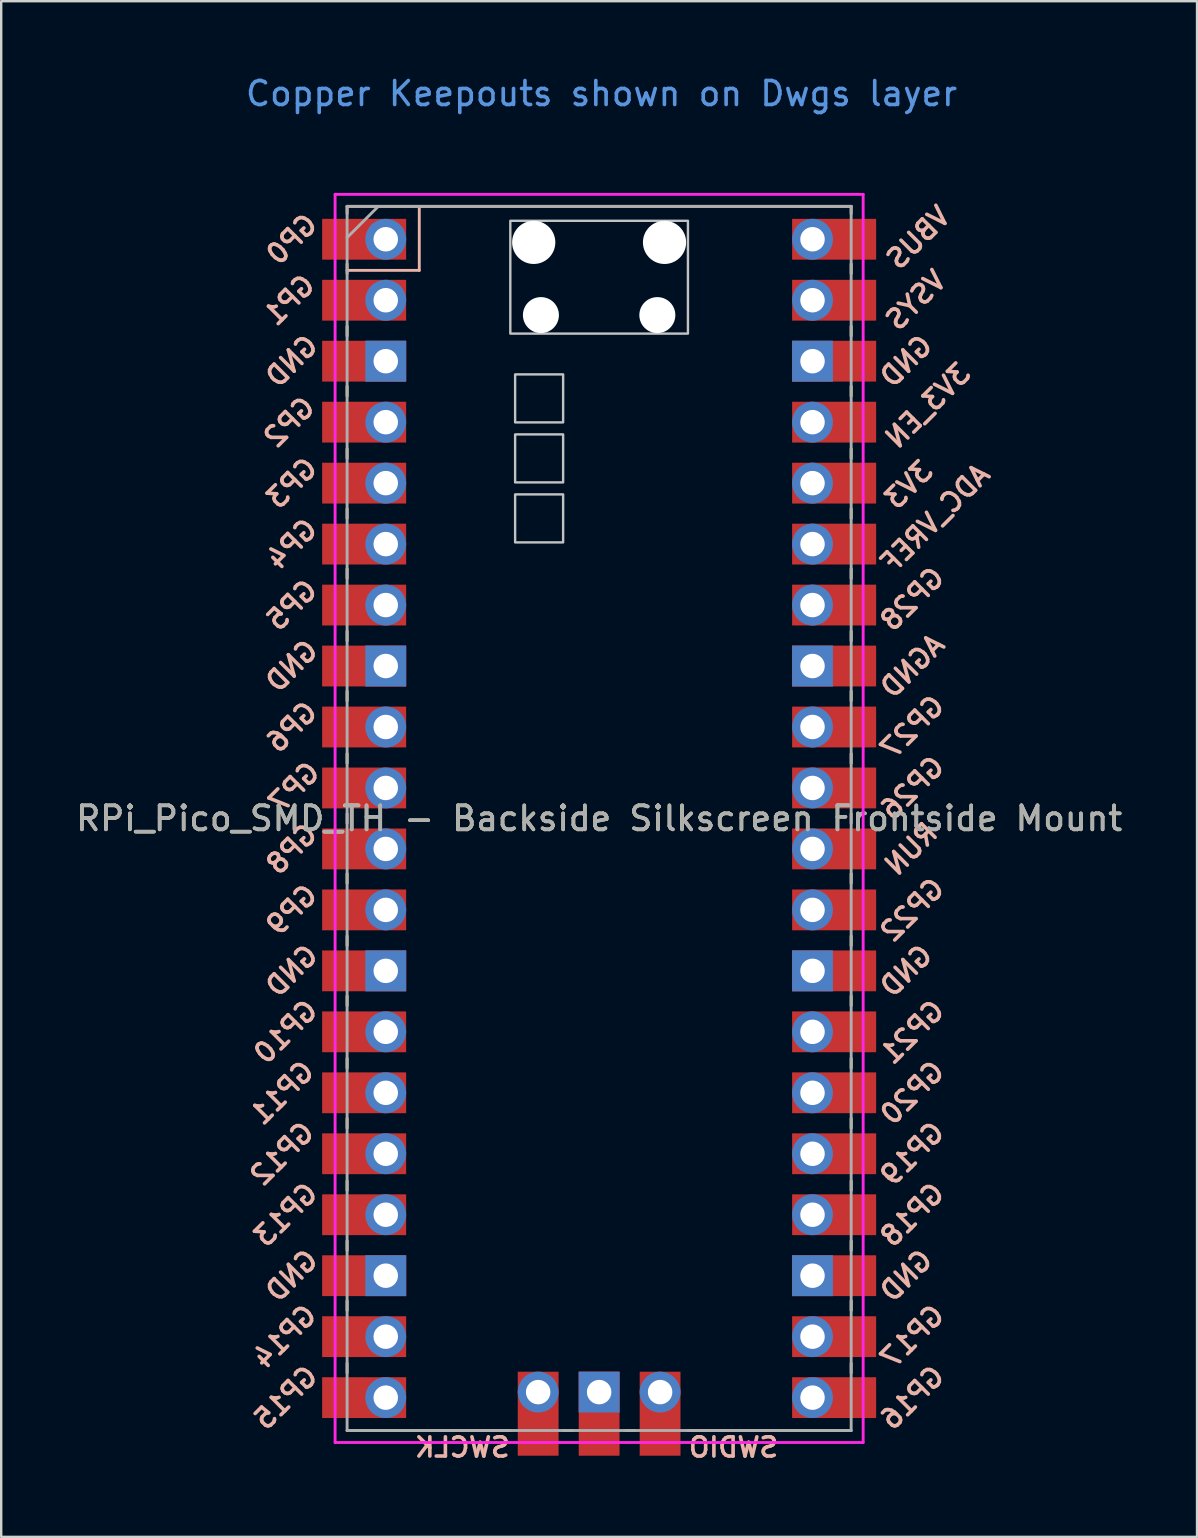
<source format=kicad_pcb>
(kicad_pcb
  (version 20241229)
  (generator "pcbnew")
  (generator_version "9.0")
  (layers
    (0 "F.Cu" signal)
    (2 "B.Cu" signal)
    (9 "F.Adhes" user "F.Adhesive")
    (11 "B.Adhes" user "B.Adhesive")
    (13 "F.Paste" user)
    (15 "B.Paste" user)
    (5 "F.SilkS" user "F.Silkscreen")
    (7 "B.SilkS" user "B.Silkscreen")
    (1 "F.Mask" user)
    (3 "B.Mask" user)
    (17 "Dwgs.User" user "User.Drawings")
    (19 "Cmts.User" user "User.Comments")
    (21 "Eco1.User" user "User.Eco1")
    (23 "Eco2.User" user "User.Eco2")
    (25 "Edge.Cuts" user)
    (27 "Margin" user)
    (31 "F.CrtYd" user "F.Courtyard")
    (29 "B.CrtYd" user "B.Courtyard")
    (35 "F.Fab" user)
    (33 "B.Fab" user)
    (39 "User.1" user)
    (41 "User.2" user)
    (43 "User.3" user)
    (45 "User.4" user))
  (footprint "RPi_Pico_SMD_TH - Backside Silkscreen Frontside Mount"
    (layer "F.Cu")
    (at 21.911 31.048)
    (property "Reference" "RPi_Pico_SMD_TH - Backside Silkscreen Frontside Mount" (at 0 0 0) (layer "F.SilkS") (effects (font (size 1 1) (thickness 0.15))))
    (attr through_hole)
    (fp_line (start -10.5 -20.5) (end -10.5 -20.1) (stroke (width 0.12) (type solid)) (layer "F.SilkS"))
    (fp_line (start -10.5 -18) (end -10.5 -17.6) (stroke (width 0.12) (type solid)) (layer "F.SilkS"))
    (fp_line (start -10.5 -15.4) (end -10.5 -15) (stroke (width 0.12) (type solid)) (layer "F.SilkS"))
    (fp_line (start -10.5 -12.9) (end -10.5 -12.5) (stroke (width 0.12) (type solid)) (layer "F.SilkS"))
    (fp_line (start -10.5 -10.4) (end -10.5 -10) (stroke (width 0.12) (type solid)) (layer "F.SilkS"))
    (fp_line (start -10.5 -7.8) (end -10.5 -7.4) (stroke (width 0.12) (type solid)) (layer "F.SilkS"))
    (fp_line (start -10.5 -5.3) (end -10.5 -4.9) (stroke (width 0.12) (type solid)) (layer "F.SilkS"))
    (fp_line (start -10.5 -2.7) (end -10.5 -2.3) (stroke (width 0.12) (type solid)) (layer "F.SilkS"))
    (fp_line (start -10.5 2.3) (end -10.5 2.7) (stroke (width 0.12) (type solid)) (layer "F.SilkS"))
    (fp_line (start -10.5 4.9) (end -10.5 5.3) (stroke (width 0.12) (type solid)) (layer "F.SilkS"))
    (fp_line (start -10.5 7.4) (end -10.5 7.8) (stroke (width 0.12) (type solid)) (layer "F.SilkS"))
    (fp_line (start -10.5 10) (end -10.5 10.4) (stroke (width 0.12) (type solid)) (layer "F.SilkS"))
    (fp_line (start -10.5 12.5) (end -10.5 12.9) (stroke (width 0.12) (type solid)) (layer "F.SilkS"))
    (fp_line (start -10.5 15.1) (end -10.5 15.5) (stroke (width 0.12) (type solid)) (layer "F.SilkS"))
    (fp_line (start -10.5 17.6) (end -10.5 18) (stroke (width 0.12) (type solid)) (layer "F.SilkS"))
    (fp_line (start -10.5 20.1) (end -10.5 20.5) (stroke (width 0.12) (type solid)) (layer "F.SilkS"))
    (fp_line (start 10.5 -23.1) (end 10.5 -22.7) (stroke (width 0.12) (type solid)) (layer "F.SilkS"))
    (fp_line (start 10.5 -20.5) (end 10.5 -20.1) (stroke (width 0.12) (type solid)) (layer "F.SilkS"))
    (fp_line (start 10.5 -18) (end 10.5 -17.6) (stroke (width 0.12) (type solid)) (layer "F.SilkS"))
    (fp_line (start 10.5 -15.4) (end 10.5 -15) (stroke (width 0.12) (type solid)) (layer "F.SilkS"))
    (fp_line (start 10.5 -12.9) (end 10.5 -12.5) (stroke (width 0.12) (type solid)) (layer "F.SilkS"))
    (fp_line (start 10.5 -10.4) (end 10.5 -10) (stroke (width 0.12) (type solid)) (layer "F.SilkS"))
    (fp_line (start 10.5 -7.8) (end 10.5 -7.4) (stroke (width 0.12) (type solid)) (layer "F.SilkS"))
    (fp_line (start 10.5 -5.3) (end 10.5 -4.9) (stroke (width 0.12) (type solid)) (layer "F.SilkS"))
    (fp_line (start 10.5 -2.7) (end 10.5 -2.3) (stroke (width 0.12) (type solid)) (layer "F.SilkS"))
    (fp_line (start 10.5 2.3) (end 10.5 2.7) (stroke (width 0.12) (type solid)) (layer "F.SilkS"))
    (fp_line (start 10.5 4.9) (end 10.5 5.3) (stroke (width 0.12) (type solid)) (layer "F.SilkS"))
    (fp_line (start 10.5 7.4) (end 10.5 7.8) (stroke (width 0.12) (type solid)) (layer "F.SilkS"))
    (fp_line (start 10.5 10) (end 10.5 10.4) (stroke (width 0.12) (type solid)) (layer "F.SilkS"))
    (fp_line (start 10.5 12.5) (end 10.5 12.9) (stroke (width 0.12) (type solid)) (layer "F.SilkS"))
    (fp_line (start 10.5 15.1) (end 10.5 15.5) (stroke (width 0.12) (type solid)) (layer "F.SilkS"))
    (fp_line (start 10.5 17.6) (end 10.5 18) (stroke (width 0.12) (type solid)) (layer "F.SilkS"))
    (fp_line (start 10.5 20.1) (end 10.5 20.5) (stroke (width 0.12) (type solid)) (layer "F.SilkS"))
    (fp_line (start -10.5 -25.5) (end -10.5 -25.2) (stroke (width 0.12) (type solid)) (layer "B.SilkS"))
    (fp_line (start -10.5 -25.5) (end 10.5 -25.5) (stroke (width 0.12) (type solid)) (layer "B.SilkS"))
    (fp_line (start -10.5 -23.1) (end -10.5 -22.7) (stroke (width 0.12) (type solid)) (layer "B.SilkS"))
    (fp_line (start -10.5 -22.833) (end -7.493 -22.833) (stroke (width 0.12) (type solid)) (layer "B.SilkS"))
    (fp_line (start -10.5 -0.2) (end -10.5 0.2) (stroke (width 0.12) (type solid)) (layer "B.SilkS"))
    (fp_line (start -10.5 22.7) (end -10.5 23.1) (stroke (width 0.12) (type solid)) (layer "B.SilkS"))
    (fp_line (start -7.493 -22.833) (end -7.493 -25.5) (stroke (width 0.12) (type solid)) (layer "B.SilkS"))
    (fp_line (start -3.7 25.5) (end -10.5 25.5) (stroke (width 0.12) (type solid)) (layer "B.SilkS"))
    (fp_line (start -1.5 25.5) (end -1.1 25.5) (stroke (width 0.12) (type solid)) (layer "B.SilkS"))
    (fp_line (start 1.1 25.5) (end 1.5 25.5) (stroke (width 0.12) (type solid)) (layer "B.SilkS"))
    (fp_line (start 10.5 -25.5) (end 10.5 -25.2) (stroke (width 0.12) (type solid)) (layer "B.SilkS"))
    (fp_line (start 10.5 -0.2) (end 10.5 0.2) (stroke (width 0.12) (type solid)) (layer "B.SilkS"))
    (fp_line (start 10.5 22.7) (end 10.5 23.1) (stroke (width 0.12) (type solid)) (layer "B.SilkS"))
    (fp_line (start 10.5 25.5) (end 3.7 25.5) (stroke (width 0.12) (type solid)) (layer "B.SilkS"))
    (fp_poly (pts (xy -1.5 -16.5) (xy -3.5 -16.5) (xy -3.5 -18.5) (xy -1.5 -18.5)) (stroke (width 0.1) (type solid)) (fill no) (layer "Dwgs.User"))
    (fp_poly (pts (xy -1.5 -14) (xy -3.5 -14) (xy -3.5 -16) (xy -1.5 -16)) (stroke (width 0.1) (type solid)) (fill no) (layer "Dwgs.User"))
    (fp_poly (pts (xy -1.5 -11.5) (xy -3.5 -11.5) (xy -3.5 -13.5) (xy -1.5 -13.5)) (stroke (width 0.1) (type solid)) (fill no) (layer "Dwgs.User"))
    (fp_poly (pts (xy 3.7 -20.2) (xy -3.7 -20.2) (xy -3.7 -24.9) (xy 3.7 -24.9)) (stroke (width 0.1) (type solid)) (fill no) (layer "Dwgs.User"))
    (fp_line (start -11 -26) (end 11 -26) (stroke (width 0.12) (type solid)) (layer "F.CrtYd"))
    (fp_line (start -11 26) (end -11 -26) (stroke (width 0.12) (type solid)) (layer "F.CrtYd"))
    (fp_line (start 11 -26) (end 11 26) (stroke (width 0.12) (type solid)) (layer "F.CrtYd"))
    (fp_line (start 11 26) (end -11 26) (stroke (width 0.12) (type solid)) (layer "F.CrtYd"))
    (fp_line (start -10.5 -25.5) (end 10.5 -25.5) (stroke (width 0.12) (type solid)) (layer "F.Fab"))
    (fp_line (start -10.5 -24.2) (end -9.2 -25.5) (stroke (width 0.12) (type solid)) (layer "F.Fab"))
    (fp_line (start -10.5 25.5) (end -10.5 -25.5) (stroke (width 0.12) (type solid)) (layer "F.Fab"))
    (fp_line (start 10.5 -25.5) (end 10.5 25.5) (stroke (width 0.12) (type solid)) (layer "F.Fab"))
    (fp_line (start 10.5 25.5) (end -10.5 25.5) (stroke (width 0.12) (type solid)) (layer "F.Fab"))
    (fp_text user "GP0" (at -12.8 -24.13 45) (layer "B.SilkS") (effects (font (size 0.8 0.8) (thickness 0.15)) (justify mirror)))
    (fp_text user "GP2" (at -12.9 -16.51 45) (layer "B.SilkS") (effects (font (size 0.8 0.8) (thickness 0.15)) (justify mirror)))
    (fp_text user "GP17" (at 13.054 21.59 45) (layer "B.SilkS") (effects (font (size 0.8 0.8) (thickness 0.15)) (justify mirror)))
    (fp_text user "3V3" (at 12.9 -13.9 45) (layer "B.SilkS") (effects (font (size 0.8 0.8) (thickness 0.15)) (justify mirror)))
    (fp_text user "GP5" (at -12.8 -8.89 45) (layer "B.SilkS") (effects (font (size 0.8 0.8) (thickness 0.15)) (justify mirror)))
    (fp_text user "GP28" (at 13.054 -9.144 45) (layer "B.SilkS") (effects (font (size 0.8 0.8) (thickness 0.15)) (justify mirror)))
    (fp_text user "GP16" (at 13.054 24.13 45) (layer "B.SilkS") (effects (font (size 0.8 0.8) (thickness 0.15)) (justify mirror)))
    (fp_text user "GP19" (at 13.054 13.97 45) (layer "B.SilkS") (effects (font (size 0.8 0.8) (thickness 0.15)) (justify mirror)))
    (fp_text user "GP15" (at -13.054 24.13 45) (layer "B.SilkS") (effects (font (size 0.8 0.8) (thickness 0.15)) (justify mirror)))
    (fp_text user "GP11" (at -13.2 11.43 45) (layer "B.SilkS") (effects (font (size 0.8 0.8) (thickness 0.15)) (justify mirror)))
    (fp_text user "GP10" (at -13.054 8.89 45) (layer "B.SilkS") (effects (font (size 0.8 0.8) (thickness 0.15)) (justify mirror)))
    (fp_text user "GP3" (at -12.8 -13.97 45) (layer "B.SilkS") (effects (font (size 0.8 0.8) (thickness 0.15)) (justify mirror)))
    (fp_text user "VBUS" (at 13.3 -24.2 45) (layer "B.SilkS") (effects (font (size 0.8 0.8) (thickness 0.15)) (justify mirror)))
    (fp_text user "ADC_VREF" (at 14 -12.5 45) (layer "B.SilkS") (effects (font (size 0.8 0.8) (thickness 0.15)) (justify mirror)))
    (fp_text user "GND" (at -12.8 -19.05 45) (layer "B.SilkS") (effects (font (size 0.8 0.8) (thickness 0.15)) (justify mirror)))
    (fp_text user "GP22" (at 13.054 3.81 45) (layer "B.SilkS") (effects (font (size 0.8 0.8) (thickness 0.15)) (justify mirror)))
    (fp_text user "GP18" (at 13.054 16.51 45) (layer "B.SilkS") (effects (font (size 0.8 0.8) (thickness 0.15)) (justify mirror)))
    (fp_text user "AGND" (at 13.054 -6.35 45) (layer "B.SilkS") (effects (font (size 0.8 0.8) (thickness 0.15)) (justify mirror)))
    (fp_text user "GP20" (at 13.054 11.43 45) (layer "B.SilkS") (effects (font (size 0.8 0.8) (thickness 0.15)) (justify mirror)))
    (fp_text user "GND" (at -12.8 -6.35 45) (layer "B.SilkS") (effects (font (size 0.8 0.8) (thickness 0.15)) (justify mirror)))
    (fp_text user "GND" (at 12.8 6.35 45) (layer "B.SilkS") (effects (font (size 0.8 0.8) (thickness 0.15)) (justify mirror)))
    (fp_text user "GP7" (at -12.7 -1.3 45) (layer "B.SilkS") (effects (font (size 0.8 0.8) (thickness 0.15)) (justify mirror)))
    (fp_text user "GP1" (at -12.9 -21.6 45) (layer "B.SilkS") (effects (font (size 0.8 0.8) (thickness 0.15)) (justify mirror)))
    (fp_text user "GND" (at -12.8 19.05 45) (layer "B.SilkS") (effects (font (size 0.8 0.8) (thickness 0.15)) (justify mirror)))
    (fp_text user "GP14" (at -13.1 21.59 45) (layer "B.SilkS") (effects (font (size 0.8 0.8) (thickness 0.15)) (justify mirror)))
    (fp_text user "GP4" (at -12.8 -11.43 45) (layer "B.SilkS") (effects (font (size 0.8 0.8) (thickness 0.15)) (justify mirror)))
    (fp_text user "GP21" (at 13.054 8.9 45) (layer "B.SilkS") (effects (font (size 0.8 0.8) (thickness 0.15)) (justify mirror)))
    (fp_text user "GP6" (at -12.8 -3.81 45) (layer "B.SilkS") (effects (font (size 0.8 0.8) (thickness 0.15)) (justify mirror)))
    (fp_text user "GP12" (at -13.2 13.97 45) (layer "B.SilkS") (effects (font (size 0.8 0.8) (thickness 0.15)) (justify mirror)))
    (fp_text user "GND" (at 12.8 19.05 45) (layer "B.SilkS") (effects (font (size 0.8 0.8) (thickness 0.15)) (justify mirror)))
    (fp_text user "RUN" (at 13 1.27 45) (layer "B.SilkS") (effects (font (size 0.8 0.8) (thickness 0.15)) (justify mirror)))
    (fp_text user "GND" (at -12.8 6.35 45) (layer "B.SilkS") (effects (font (size 0.8 0.8) (thickness 0.15)) (justify mirror)))
    (fp_text user "GP13" (at -13.054 16.51 45) (layer "B.SilkS") (effects (font (size 0.8 0.8) (thickness 0.15)) (justify mirror)))
    (fp_text user "GP8" (at -12.8 1.27 45) (layer "B.SilkS") (effects (font (size 0.8 0.8) (thickness 0.15)) (justify mirror)))
    (fp_text user "SWDIO" (at 5.6 26.2 0) (layer "B.SilkS") (effects (font (size 0.8 0.8) (thickness 0.15)) (justify mirror)))
    (fp_text user "GP26" (at 13.054 -1.27 45) (layer "B.SilkS") (effects (font (size 0.8 0.8) (thickness 0.15)) (justify mirror)))
    (fp_text user "GP9" (at -12.8 3.81 45) (layer "B.SilkS") (effects (font (size 0.8 0.8) (thickness 0.15)) (justify mirror)))
    (fp_text user "3V3_EN" (at 13.7 -17.2 45) (layer "B.SilkS") (effects (font (size 0.8 0.8) (thickness 0.15)) (justify mirror)))
    (fp_text user "SWCLK" (at -5.7 26.2 0) (layer "B.SilkS") (effects (font (size 0.8 0.8) (thickness 0.15)) (justify mirror)))
    (fp_text user "VSYS" (at 13.2 -21.59 45) (layer "B.SilkS") (effects (font (size 0.8 0.8) (thickness 0.15)) (justify mirror)))
    (fp_text user "GND" (at 12.8 -19.05 45) (layer "B.SilkS") (effects (font (size 0.8 0.8) (thickness 0.15)) (justify mirror)))
    (fp_text user "GP27" (at 13.054 -3.8 45) (layer "B.SilkS") (effects (font (size 0.8 0.8) (thickness 0.15)) (justify mirror)))
    (fp_text user "Copper Keepouts shown on Dwgs layer" (at 0.1 -30.2 0) (layer "Cmts.User") (effects (font (size 1 1) (thickness 0.15))))
    (fp_text user "${REFERENCE}" (at 0 0 180) (layer "F.Fab") (effects (font (size 1 1) (thickness 0.15))))
    (pad "" np_thru_hole oval (at -2.725 -24) (size 1.8 1.8) (drill 1.8) (layers "*.Cu" "*.Mask"))
    (pad "" np_thru_hole oval (at -2.425 -20.97) (size 1.5 1.5) (drill 1.5) (layers "*.Cu" "*.Mask"))
    (pad "" np_thru_hole oval (at 2.425 -20.97) (size 1.5 1.5) (drill 1.5) (layers "*.Cu" "*.Mask"))
    (pad "" np_thru_hole oval (at 2.725 -24) (size 1.8 1.8) (drill 1.8) (layers "*.Cu" "*.Mask"))
    (pad "1" thru_hole oval (at -8.89 -24.13) (size 1.7 1.7) (drill 1.02) (layers "*.Cu" "*.Mask"))
    (pad "1" smd rect (at -8.89 -24.13) (size 3.5 1.7) (drill (offset -0.9 0)) (layers "F.Cu" "F.Mask"))
    (pad "2" thru_hole oval (at -8.89 -21.59) (size 1.7 1.7) (drill 1.02) (layers "*.Cu" "*.Mask"))
    (pad "2" smd rect (at -8.89 -21.59) (size 3.5 1.7) (drill (offset -0.9 0)) (layers "F.Cu" "F.Mask"))
    (pad "3" thru_hole rect (at -8.89 -19.05) (size 1.7 1.7) (drill 1.02) (layers "*.Cu" "*.Mask"))
    (pad "3" smd rect (at -8.89 -19.05) (size 3.5 1.7) (drill (offset -0.9 0)) (layers "F.Cu" "F.Mask"))
    (pad "4" thru_hole oval (at -8.89 -16.51) (size 1.7 1.7) (drill 1.02) (layers "*.Cu" "*.Mask"))
    (pad "4" smd rect (at -8.89 -16.51) (size 3.5 1.7) (drill (offset -0.9 0)) (layers "F.Cu" "F.Mask"))
    (pad "5" thru_hole oval (at -8.89 -13.97) (size 1.7 1.7) (drill 1.02) (layers "*.Cu" "*.Mask"))
    (pad "5" smd rect (at -8.89 -13.97) (size 3.5 1.7) (drill (offset -0.9 0)) (layers "F.Cu" "F.Mask"))
    (pad "6" thru_hole oval (at -8.89 -11.43) (size 1.7 1.7) (drill 1.02) (layers "*.Cu" "*.Mask"))
    (pad "6" smd rect (at -8.89 -11.43) (size 3.5 1.7) (drill (offset -0.9 0)) (layers "F.Cu" "F.Mask"))
    (pad "7" thru_hole oval (at -8.89 -8.89) (size 1.7 1.7) (drill 1.02) (layers "*.Cu" "*.Mask"))
    (pad "7" smd rect (at -8.89 -8.89) (size 3.5 1.7) (drill (offset -0.9 0)) (layers "F.Cu" "F.Mask"))
    (pad "8" thru_hole rect (at -8.89 -6.35) (size 1.7 1.7) (drill 1.02) (layers "*.Cu" "*.Mask"))
    (pad "8" smd rect (at -8.89 -6.35) (size 3.5 1.7) (drill (offset -0.9 0)) (layers "F.Cu" "F.Mask"))
    (pad "9" thru_hole oval (at -8.89 -3.81) (size 1.7 1.7) (drill 1.02) (layers "*.Cu" "*.Mask"))
    (pad "9" smd rect (at -8.89 -3.81) (size 3.5 1.7) (drill (offset -0.9 0)) (layers "F.Cu" "F.Mask"))
    (pad "10" thru_hole oval (at -8.89 -1.27) (size 1.7 1.7) (drill 1.02) (layers "*.Cu" "*.Mask"))
    (pad "10" smd rect (at -8.89 -1.27) (size 3.5 1.7) (drill (offset -0.9 0)) (layers "F.Cu" "F.Mask"))
    (pad "11" thru_hole oval (at -8.89 1.27) (size 1.7 1.7) (drill 1.02) (layers "*.Cu" "*.Mask"))
    (pad "11" smd rect (at -8.89 1.27) (size 3.5 1.7) (drill (offset -0.9 0)) (layers "F.Cu" "F.Mask"))
    (pad "12" thru_hole oval (at -8.89 3.81) (size 1.7 1.7) (drill 1.02) (layers "*.Cu" "*.Mask"))
    (pad "12" smd rect (at -8.89 3.81) (size 3.5 1.7) (drill (offset -0.9 0)) (layers "F.Cu" "F.Mask"))
    (pad "13" thru_hole rect (at -8.89 6.35) (size 1.7 1.7) (drill 1.02) (layers "*.Cu" "*.Mask"))
    (pad "13" smd rect (at -8.89 6.35) (size 3.5 1.7) (drill (offset -0.9 0)) (layers "F.Cu" "F.Mask"))
    (pad "14" thru_hole oval (at -8.89 8.89) (size 1.7 1.7) (drill 1.02) (layers "*.Cu" "*.Mask"))
    (pad "14" smd rect (at -8.89 8.89) (size 3.5 1.7) (drill (offset -0.9 0)) (layers "F.Cu" "F.Mask"))
    (pad "15" thru_hole oval (at -8.89 11.43) (size 1.7 1.7) (drill 1.02) (layers "*.Cu" "*.Mask"))
    (pad "15" smd rect (at -8.89 11.43) (size 3.5 1.7) (drill (offset -0.9 0)) (layers "F.Cu" "F.Mask"))
    (pad "16" thru_hole oval (at -8.89 13.97) (size 1.7 1.7) (drill 1.02) (layers "*.Cu" "*.Mask"))
    (pad "16" smd rect (at -8.89 13.97) (size 3.5 1.7) (drill (offset -0.9 0)) (layers "F.Cu" "F.Mask"))
    (pad "17" thru_hole oval (at -8.89 16.51) (size 1.7 1.7) (drill 1.02) (layers "*.Cu" "*.Mask"))
    (pad "17" smd rect (at -8.89 16.51) (size 3.5 1.7) (drill (offset -0.9 0)) (layers "F.Cu" "F.Mask"))
    (pad "18" thru_hole rect (at -8.89 19.05) (size 1.7 1.7) (drill 1.02) (layers "*.Cu" "*.Mask"))
    (pad "18" smd rect (at -8.89 19.05) (size 3.5 1.7) (drill (offset -0.9 0)) (layers "F.Cu" "F.Mask"))
    (pad "19" thru_hole oval (at -8.89 21.59) (size 1.7 1.7) (drill 1.02) (layers "*.Cu" "*.Mask"))
    (pad "19" smd rect (at -8.89 21.59) (size 3.5 1.7) (drill (offset -0.9 0)) (layers "F.Cu" "F.Mask"))
    (pad "20" thru_hole oval (at -8.89 24.13) (size 1.7 1.7) (drill 1.02) (layers "*.Cu" "*.Mask"))
    (pad "20" smd rect (at -8.89 24.13) (size 3.5 1.7) (drill (offset -0.9 0)) (layers "F.Cu" "F.Mask"))
    (pad "21" thru_hole oval (at 8.89 24.13) (size 1.7 1.7) (drill 1.02) (layers "*.Cu" "*.Mask"))
    (pad "21" smd rect (at 8.89 24.13) (size 3.5 1.7) (drill (offset 0.9 0)) (layers "F.Cu" "F.Mask"))
    (pad "22" thru_hole oval (at 8.89 21.59) (size 1.7 1.7) (drill 1.02) (layers "*.Cu" "*.Mask"))
    (pad "22" smd rect (at 8.89 21.59) (size 3.5 1.7) (drill (offset 0.9 0)) (layers "F.Cu" "F.Mask"))
    (pad "23" thru_hole rect (at 8.89 19.05) (size 1.7 1.7) (drill 1.02) (layers "*.Cu" "*.Mask"))
    (pad "23" smd rect (at 8.89 19.05) (size 3.5 1.7) (drill (offset 0.9 0)) (layers "F.Cu" "F.Mask"))
    (pad "24" thru_hole oval (at 8.89 16.51) (size 1.7 1.7) (drill 1.02) (layers "*.Cu" "*.Mask"))
    (pad "24" smd rect (at 8.89 16.51) (size 3.5 1.7) (drill (offset 0.9 0)) (layers "F.Cu" "F.Mask"))
    (pad "25" thru_hole oval (at 8.89 13.97) (size 1.7 1.7) (drill 1.02) (layers "*.Cu" "*.Mask"))
    (pad "25" smd rect (at 8.89 13.97) (size 3.5 1.7) (drill (offset 0.9 0)) (layers "F.Cu" "F.Mask"))
    (pad "26" thru_hole oval (at 8.89 11.43) (size 1.7 1.7) (drill 1.02) (layers "*.Cu" "*.Mask"))
    (pad "26" smd rect (at 8.89 11.43) (size 3.5 1.7) (drill (offset 0.9 0)) (layers "F.Cu" "F.Mask"))
    (pad "27" thru_hole oval (at 8.89 8.89) (size 1.7 1.7) (drill 1.02) (layers "*.Cu" "*.Mask"))
    (pad "27" smd rect (at 8.89 8.89) (size 3.5 1.7) (drill (offset 0.9 0)) (layers "F.Cu" "F.Mask"))
    (pad "28" thru_hole rect (at 8.89 6.35) (size 1.7 1.7) (drill 1.02) (layers "*.Cu" "*.Mask"))
    (pad "28" smd rect (at 8.89 6.35) (size 3.5 1.7) (drill (offset 0.9 0)) (layers "F.Cu" "F.Mask"))
    (pad "29" thru_hole oval (at 8.89 3.81) (size 1.7 1.7) (drill 1.02) (layers "*.Cu" "*.Mask"))
    (pad "29" smd rect (at 8.89 3.81) (size 3.5 1.7) (drill (offset 0.9 0)) (layers "F.Cu" "F.Mask"))
    (pad "30" thru_hole oval (at 8.89 1.27) (size 1.7 1.7) (drill 1.02) (layers "*.Cu" "*.Mask"))
    (pad "30" smd rect (at 8.89 1.27) (size 3.5 1.7) (drill (offset 0.9 0)) (layers "F.Cu" "F.Mask"))
    (pad "31" thru_hole oval (at 8.89 -1.27) (size 1.7 1.7) (drill 1.02) (layers "*.Cu" "*.Mask"))
    (pad "31" smd rect (at 8.89 -1.27) (size 3.5 1.7) (drill (offset 0.9 0)) (layers "F.Cu" "F.Mask"))
    (pad "32" thru_hole oval (at 8.89 -3.81) (size 1.7 1.7) (drill 1.02) (layers "*.Cu" "*.Mask"))
    (pad "32" smd rect (at 8.89 -3.81) (size 3.5 1.7) (drill (offset 0.9 0)) (layers "F.Cu" "F.Mask"))
    (pad "33" thru_hole rect (at 8.89 -6.35) (size 1.7 1.7) (drill 1.02) (layers "*.Cu" "*.Mask"))
    (pad "33" smd rect (at 8.89 -6.35) (size 3.5 1.7) (drill (offset 0.9 0)) (layers "F.Cu" "F.Mask"))
    (pad "34" thru_hole oval (at 8.89 -8.89) (size 1.7 1.7) (drill 1.02) (layers "*.Cu" "*.Mask"))
    (pad "34" smd rect (at 8.89 -8.89) (size 3.5 1.7) (drill (offset 0.9 0)) (layers "F.Cu" "F.Mask"))
    (pad "35" thru_hole oval (at 8.89 -11.43) (size 1.7 1.7) (drill 1.02) (layers "*.Cu" "*.Mask"))
    (pad "35" smd rect (at 8.89 -11.43) (size 3.5 1.7) (drill (offset 0.9 0)) (layers "F.Cu" "F.Mask"))
    (pad "36" thru_hole oval (at 8.89 -13.97) (size 1.7 1.7) (drill 1.02) (layers "*.Cu" "*.Mask"))
    (pad "36" smd rect (at 8.89 -13.97) (size 3.5 1.7) (drill (offset 0.9 0)) (layers "F.Cu" "F.Mask"))
    (pad "37" thru_hole oval (at 8.89 -16.51) (size 1.7 1.7) (drill 1.02) (layers "*.Cu" "*.Mask"))
    (pad "37" smd rect (at 8.89 -16.51) (size 3.5 1.7) (drill (offset 0.9 0)) (layers "F.Cu" "F.Mask"))
    (pad "38" thru_hole rect (at 8.89 -19.05) (size 1.7 1.7) (drill 1.02) (layers "*.Cu" "*.Mask"))
    (pad "38" smd rect (at 8.89 -19.05) (size 3.5 1.7) (drill (offset 0.9 0)) (layers "F.Cu" "F.Mask"))
    (pad "39" thru_hole oval (at 8.89 -21.59) (size 1.7 1.7) (drill 1.02) (layers "*.Cu" "*.Mask"))
    (pad "39" smd rect (at 8.89 -21.59) (size 3.5 1.7) (drill (offset 0.9 0)) (layers "F.Cu" "F.Mask"))
    (pad "40" thru_hole oval (at 8.89 -24.13) (size 1.7 1.7) (drill 1.02) (layers "*.Cu" "*.Mask"))
    (pad "40" smd rect (at 8.89 -24.13) (size 3.5 1.7) (drill (offset 0.9 0)) (layers "F.Cu" "F.Mask"))
    (pad "41" thru_hole oval (at -2.54 23.9) (size 1.7 1.7) (drill 1.02) (layers "*.Cu" "*.Mask"))
    (pad "41" smd rect (at -2.54 23.9 90) (size 3.5 1.7) (drill (offset -0.9 0)) (layers "F.Cu" "F.Mask"))
    (pad "42" thru_hole rect (at 0 23.9) (size 1.7 1.7) (drill 1.02) (layers "*.Cu" "*.Mask"))
    (pad "42" smd rect (at 0 23.9 90) (size 3.5 1.7) (drill (offset -0.9 0)) (layers "F.Cu" "F.Mask"))
    (pad "43" thru_hole oval (at 2.54 23.9) (size 1.7 1.7) (drill 1.02) (layers "*.Cu" "*.Mask"))
    (pad "43" smd rect (at 2.54 23.9 90) (size 3.5 1.7) (drill (offset -0.9 0)) (layers "F.Cu" "F.Mask")))
  (gr_rect
    (start -3 -3)
    (end 46.821 60.98)
    (stroke (width 0.1) (type default))
    (fill no)
    (layer "Edge.Cuts")))
</source>
